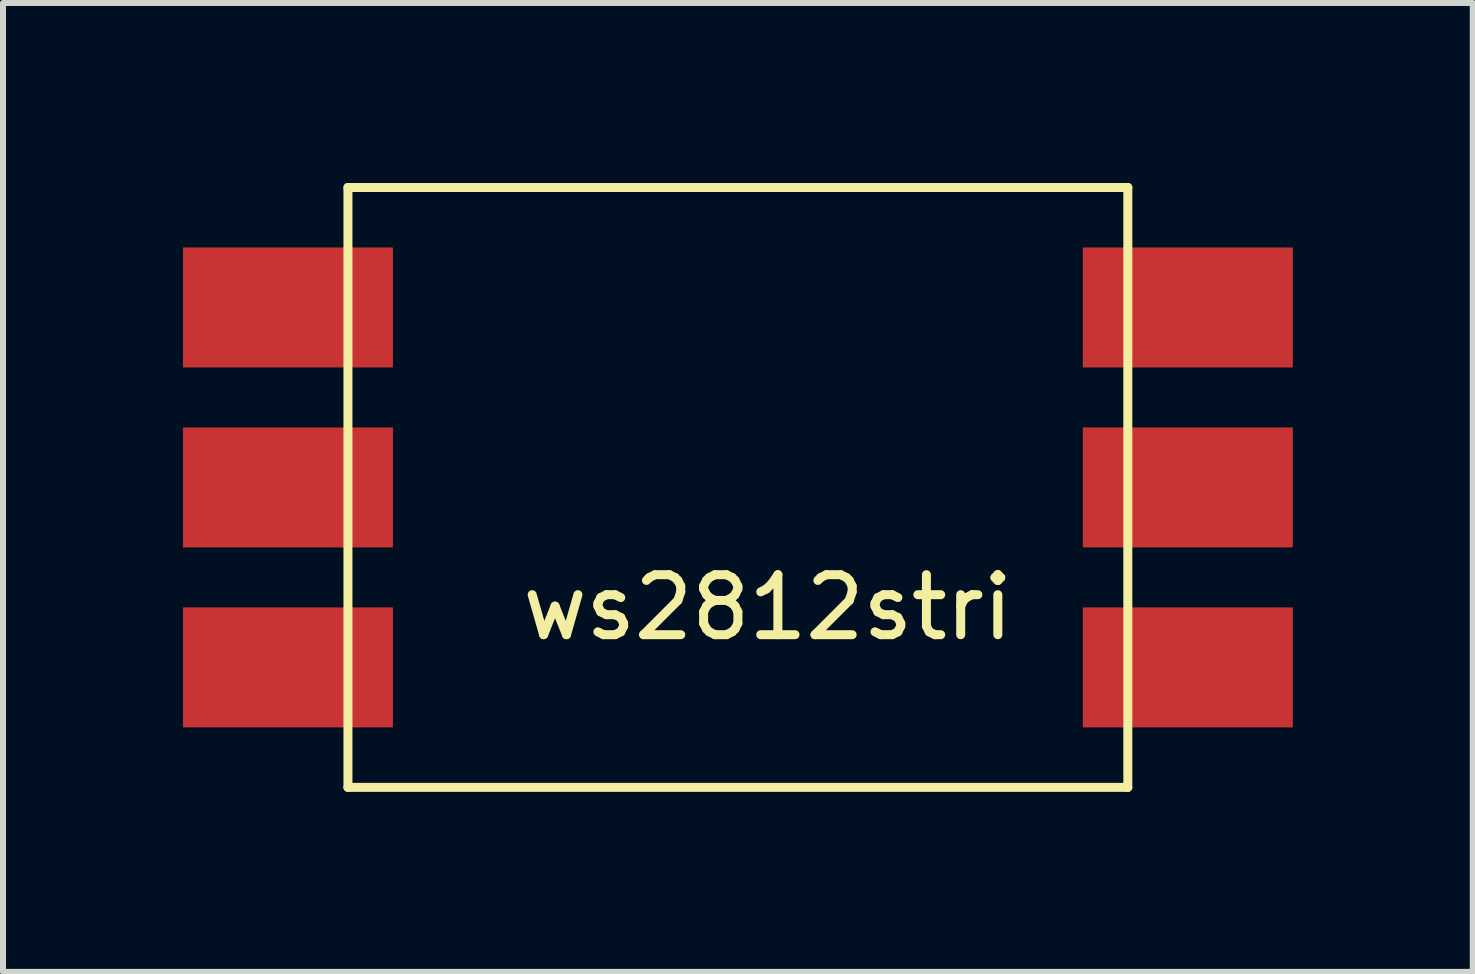
<source format=kicad_pcb>
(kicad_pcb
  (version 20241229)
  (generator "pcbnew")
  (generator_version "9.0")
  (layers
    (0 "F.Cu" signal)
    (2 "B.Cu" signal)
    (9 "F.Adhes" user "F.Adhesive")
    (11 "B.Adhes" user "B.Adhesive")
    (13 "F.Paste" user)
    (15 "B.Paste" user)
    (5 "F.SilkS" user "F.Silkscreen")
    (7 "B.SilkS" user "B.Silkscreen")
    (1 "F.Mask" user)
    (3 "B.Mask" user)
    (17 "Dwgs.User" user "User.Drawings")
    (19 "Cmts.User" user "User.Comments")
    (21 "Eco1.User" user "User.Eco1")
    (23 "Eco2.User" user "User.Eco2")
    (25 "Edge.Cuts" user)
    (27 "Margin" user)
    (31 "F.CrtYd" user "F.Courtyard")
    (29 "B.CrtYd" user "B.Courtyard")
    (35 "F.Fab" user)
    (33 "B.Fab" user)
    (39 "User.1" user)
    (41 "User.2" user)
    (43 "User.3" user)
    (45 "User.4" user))
  (footprint "ws2812stri"
    (layer "F.Cu")
    (at 7.75 5.075)
    (property "Reference" "ws2812stri" (at 2 2 0) (layer "F.SilkS") (effects (font (size 1 1) (thickness 0.15))))
    (attr through_hole)
    (fp_line (start -5 -5) (end -5 5) (stroke (width 0.15) (type solid)) (layer "F.SilkS"))
    (fp_line (start -5 5) (end 8 5) (stroke (width 0.15) (type solid)) (layer "F.SilkS"))
    (fp_line (start 8 -5) (end -5 -5) (stroke (width 0.15) (type solid)) (layer "F.SilkS"))
    (fp_line (start 8 5) (end 8 -5) (stroke (width 0.15) (type solid)) (layer "F.SilkS"))
    (pad "1" smd rect (at -6 -3) (size 3.5 2) (layers "F.Cu" "F.Mask" "F.Paste"))
    (pad "2" smd rect (at -6 0) (size 3.5 2) (layers "F.Cu" "F.Mask" "F.Paste"))
    (pad "3" smd rect (at -6 3) (size 3.5 2) (layers "F.Cu" "F.Mask" "F.Paste"))
    (pad "4" smd rect (at 9 -3) (size 3.5 2) (layers "F.Cu" "F.Mask" "F.Paste"))
    (pad "5" smd rect (at 9 0) (size 3.5 2) (layers "F.Cu" "F.Mask" "F.Paste"))
    (pad "6" smd rect (at 9 3) (size 3.5 2) (layers "F.Cu" "F.Mask" "F.Paste")))
  (gr_rect
    (start -3 -3)
    (end 21.5 13.15)
    (stroke (width 0.1) (type default))
    (fill no)
    (layer "Edge.Cuts")))
</source>
